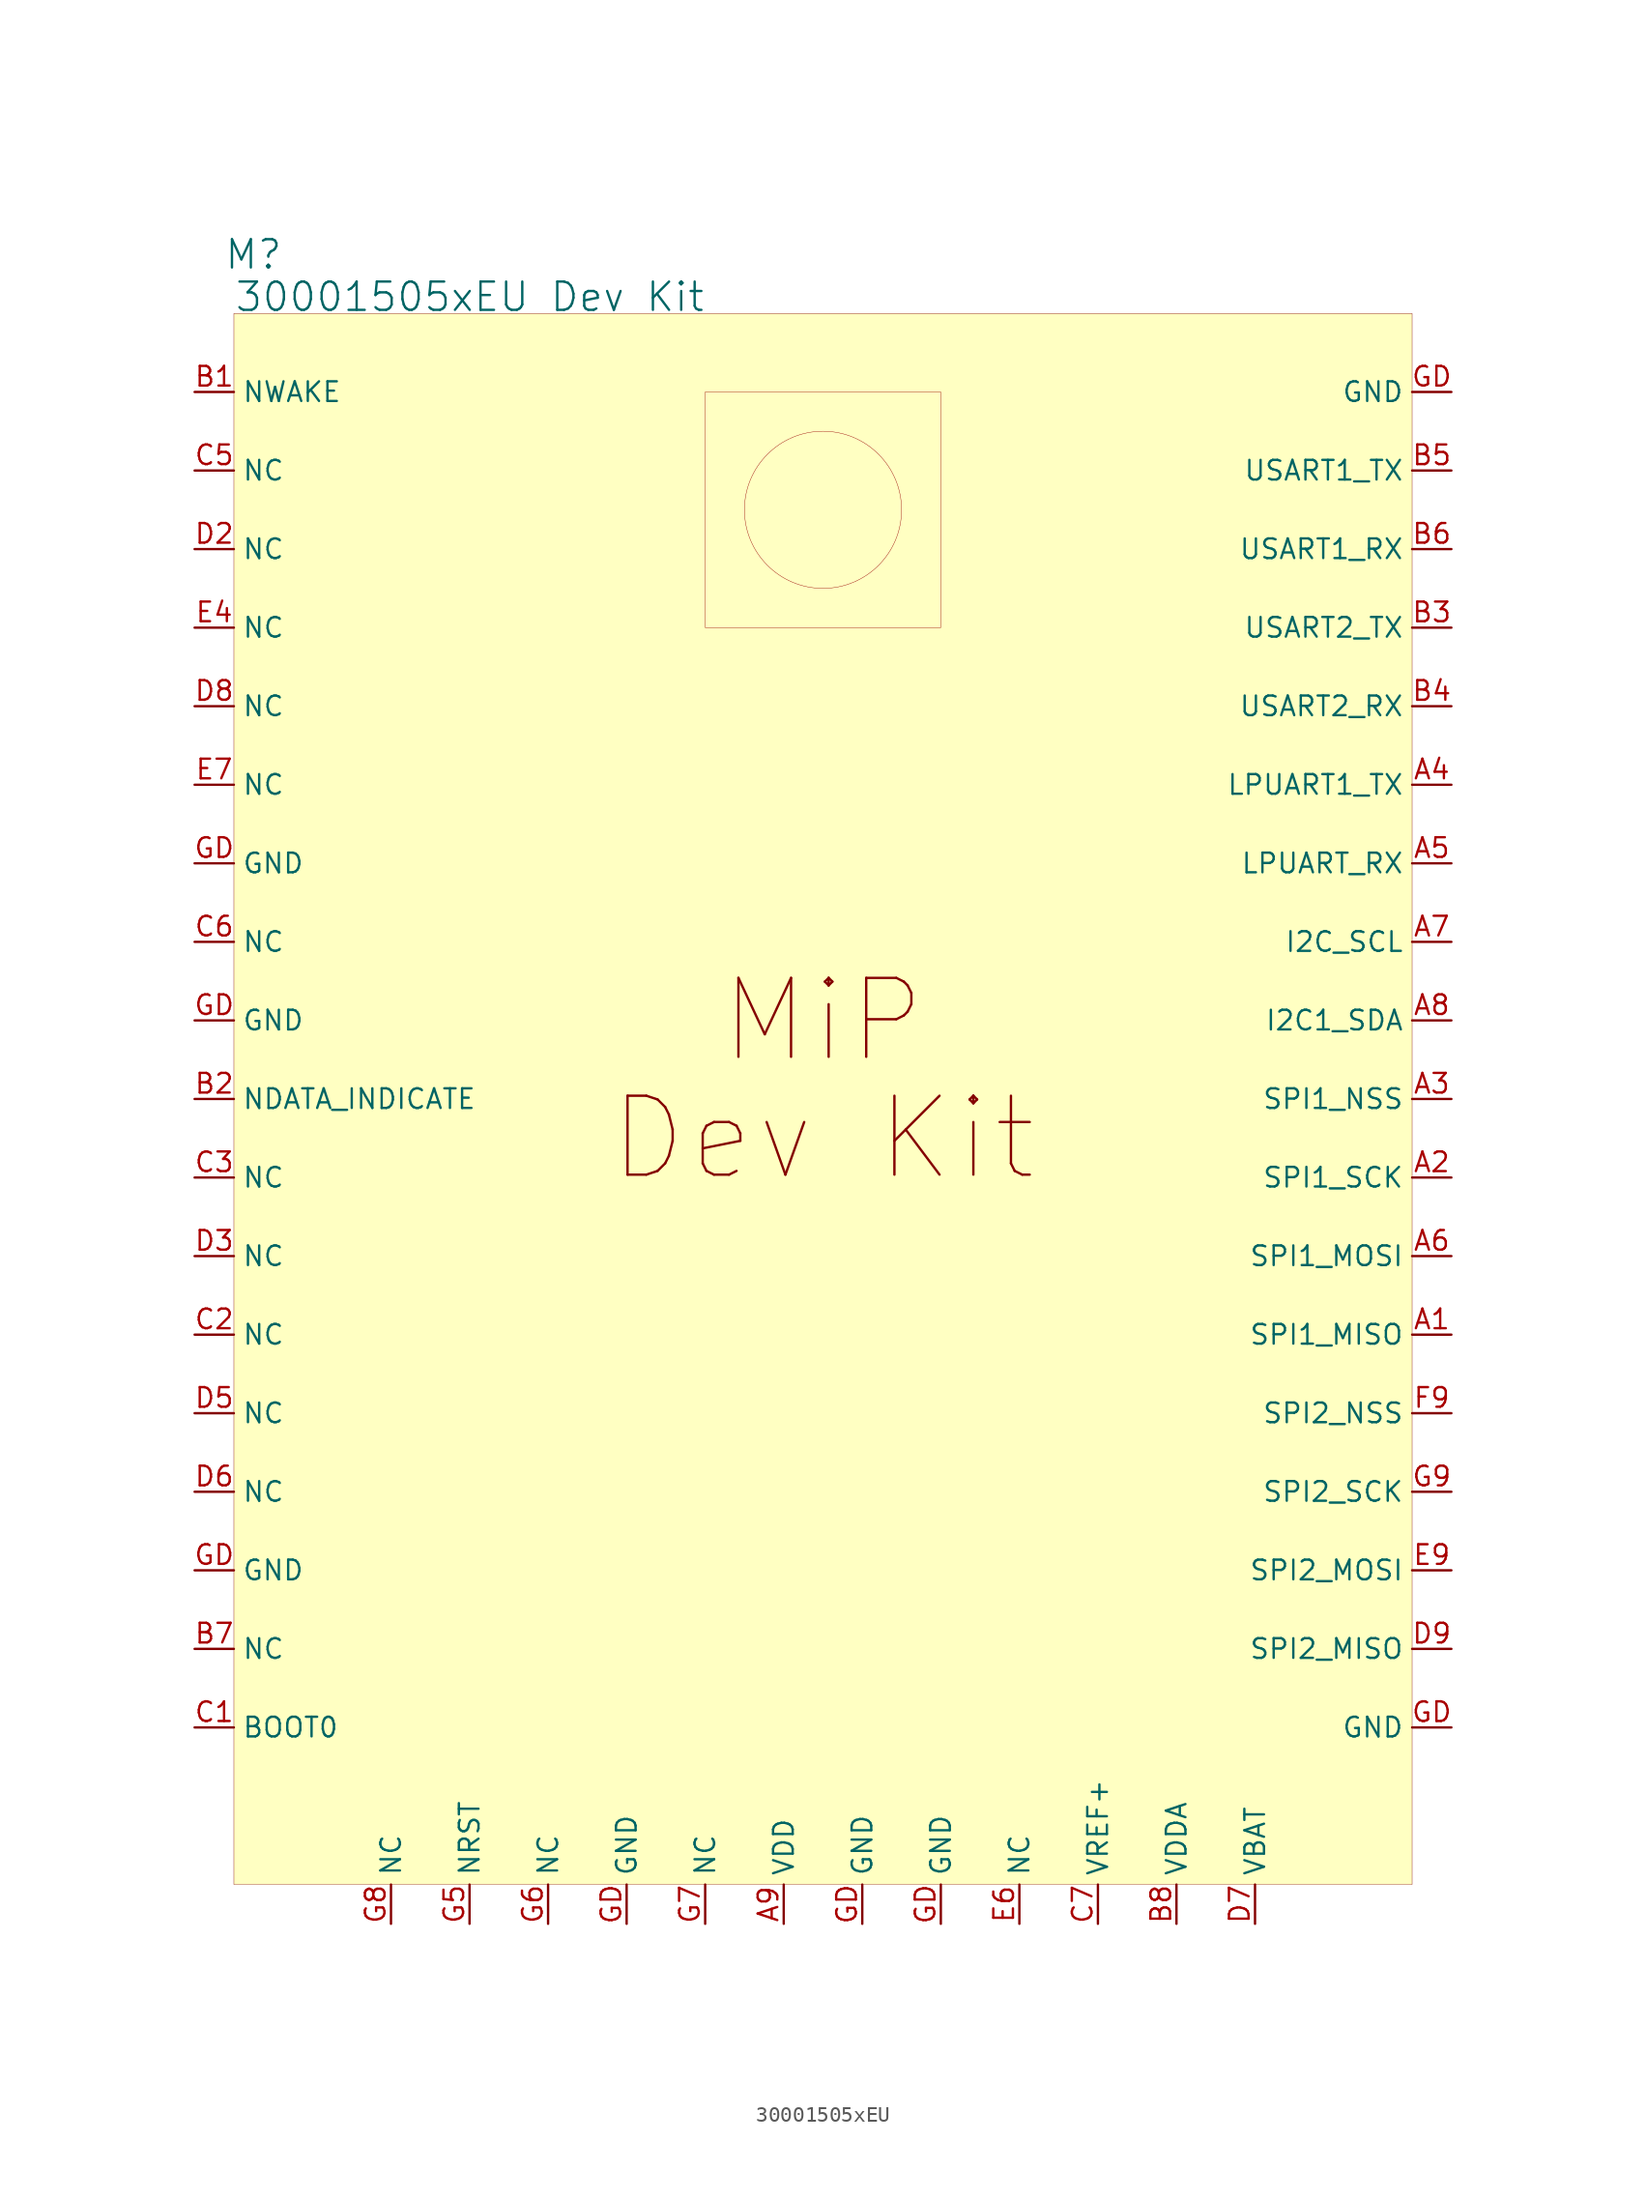
<source format=kicad_sym>
(kicad_symbol_lib
  (version 20231120)
  (generator "kicad_symbol_editor")
  (generator_version "8.0")
  (symbol "30001505xEU"
    (property "Reference" "M"
      (at 1.27 3.81 0)
      (effects (font (size 1.829 1.829))))
    (property "Value" "30001505xEU Dev Kit"
      (at 0 0 0)
      (effects (font (size 1.829 1.829)) (justify left bottom)))
    (symbol "30001505xEU_1_0"
      (rectangle (start 0 0) (end 76.2 -101.6) (stroke (width 0.025) (type solid) (color 128 0 0 1)) (fill (type background)))
      (rectangle (start 30.48 -5.08) (end 45.72 -20.32) (stroke (width 0.025) (type solid) (color 152 0 0 1)) (fill (type none)))
      (circle (center 38.1 -12.7) (radius 5.08) (stroke (width 0.025) (type solid) (color 152 0 0 1)) (fill (type none)))
      (text "Dev Kit" (at 38.1 -53.34 0) (effects (font (size 5.105 5.105))))
      (text "MiP" (at 38.1 -45.72 0) (effects (font (size 5.105 5.105))))
      (pin passive line (at 78.74 -66.04 180) (length 2.54) (name "SPI1_MISO" (effects (font (size 1.27 1.27)))) (number "A1" (effects (font (size 1.27 1.27)))))
      (pin passive line (at 78.74 -55.88 180) (length 2.54) (name "SPI1_SCK" (effects (font (size 1.27 1.27)))) (number "A2" (effects (font (size 1.27 1.27)))))
      (pin passive line (at 78.74 -50.8 180) (length 2.54) (name "SPI1_NSS" (effects (font (size 1.27 1.27)))) (number "A3" (effects (font (size 1.27 1.27)))))
      (pin passive line (at 78.74 -30.48 180) (length 2.54) (name "LPUART1_TX" (effects (font (size 1.27 1.27)))) (number "A4" (effects (font (size 1.27 1.27)))))
      (pin passive line (at 78.74 -35.56 180) (length 2.54) (name "LPUART_RX" (effects (font (size 1.27 1.27)))) (number "A5" (effects (font (size 1.27 1.27)))))
      (pin passive line (at 78.74 -60.96 180) (length 2.54) (name "SPI1_MOSI" (effects (font (size 1.27 1.27)))) (number "A6" (effects (font (size 1.27 1.27)))))
      (pin passive line (at 78.74 -40.64 180) (length 2.54) (name "I2C_SCL" (effects (font (size 1.27 1.27)))) (number "A7" (effects (font (size 1.27 1.27)))))
      (pin passive line (at 78.74 -45.72 180) (length 2.54) (name "I2C1_SDA" (effects (font (size 1.27 1.27)))) (number "A8" (effects (font (size 1.27 1.27)))))
      (pin passive line (at 35.56 -104.14 90) (length 2.54) (name "VDD" (effects (font (size 1.27 1.27)))) (number "A9" (effects (font (size 1.27 1.27)))))
      (pin passive line (at -2.54 -5.08 0) (length 2.54) (name "NWAKE" (effects (font (size 1.27 1.27)))) (number "B1" (effects (font (size 1.27 1.27)))))
      (pin passive line (at -2.54 -50.8 0) (length 2.54) (name "NDATA_INDICATE" (effects (font (size 1.27 1.27)))) (number "B2" (effects (font (size 1.27 1.27)))))
      (pin passive line (at 78.74 -20.32 180) (length 2.54) (name "USART2_TX" (effects (font (size 1.27 1.27)))) (number "B3" (effects (font (size 1.27 1.27)))))
      (pin passive line (at 78.74 -25.4 180) (length 2.54) (name "USART2_RX" (effects (font (size 1.27 1.27)))) (number "B4" (effects (font (size 1.27 1.27)))))
      (pin passive line (at 78.74 -10.16 180) (length 2.54) (name "USART1_TX" (effects (font (size 1.27 1.27)))) (number "B5" (effects (font (size 1.27 1.27)))))
      (pin passive line (at 78.74 -15.24 180) (length 2.54) (name "USART1_RX" (effects (font (size 1.27 1.27)))) (number "B6" (effects (font (size 1.27 1.27)))))
      (pin passive line (at -2.54 -86.36 0) (length 2.54) (name "NC" (effects (font (size 1.27 1.27)))) (number "B7" (effects (font (size 1.27 1.27)))))
      (pin passive line (at 60.96 -104.14 90) (length 2.54) (name "VDDA" (effects (font (size 1.27 1.27)))) (number "B8" (effects (font (size 1.27 1.27)))))
      (pin passive line (at -2.54 -91.44 0) (length 2.54) (name "BOOT0" (effects (font (size 1.27 1.27)))) (number "C1" (effects (font (size 1.27 1.27)))))
      (pin passive line (at -2.54 -66.04 0) (length 2.54) (name "NC" (effects (font (size 1.27 1.27)))) (number "C2" (effects (font (size 1.27 1.27)))))
      (pin passive line (at -2.54 -55.88 0) (length 2.54) (name "NC" (effects (font (size 1.27 1.27)))) (number "C3" (effects (font (size 1.27 1.27)))))
      (pin passive line (at -2.54 -10.16 0) (length 2.54) (name "NC" (effects (font (size 1.27 1.27)))) (number "C5" (effects (font (size 1.27 1.27)))))
      (pin passive line (at -2.54 -40.64 0) (length 2.54) (name "NC" (effects (font (size 1.27 1.27)))) (number "C6" (effects (font (size 1.27 1.27)))))
      (pin passive line (at 55.88 -104.14 90) (length 2.54) (name "VREF+" (effects (font (size 1.27 1.27)))) (number "C7" (effects (font (size 1.27 1.27)))))
      (pin passive line (at -2.54 -15.24 0) (length 2.54) (name "NC" (effects (font (size 1.27 1.27)))) (number "D2" (effects (font (size 1.27 1.27)))))
      (pin passive line (at -2.54 -60.96 0) (length 2.54) (name "NC" (effects (font (size 1.27 1.27)))) (number "D3" (effects (font (size 1.27 1.27)))))
      (pin passive line (at -2.54 -71.12 0) (length 2.54) (name "NC" (effects (font (size 1.27 1.27)))) (number "D5" (effects (font (size 1.27 1.27)))))
      (pin passive line (at -2.54 -76.2 0) (length 2.54) (name "NC" (effects (font (size 1.27 1.27)))) (number "D6" (effects (font (size 1.27 1.27)))))
      (pin passive line (at 66.04 -104.14 90) (length 2.54) (name "VBAT" (effects (font (size 1.27 1.27)))) (number "D7" (effects (font (size 1.27 1.27)))))
      (pin passive line (at -2.54 -25.4 0) (length 2.54) (name "NC" (effects (font (size 1.27 1.27)))) (number "D8" (effects (font (size 1.27 1.27)))))
      (pin passive line (at 78.74 -86.36 180) (length 2.54) (name "SPI2_MISO" (effects (font (size 1.27 1.27)))) (number "D9" (effects (font (size 1.27 1.27)))))
      (pin passive line (at -2.54 -20.32 0) (length 2.54) (name "NC" (effects (font (size 1.27 1.27)))) (number "E4" (effects (font (size 1.27 1.27)))))
      (pin passive line (at 50.8 -104.14 90) (length 2.54) (name "NC" (effects (font (size 1.27 1.27)))) (number "E6" (effects (font (size 1.27 1.27)))))
      (pin passive line (at -2.54 -30.48 0) (length 2.54) (name "NC" (effects (font (size 1.27 1.27)))) (number "E7" (effects (font (size 1.27 1.27)))))
      (pin passive line (at 78.74 -81.28 180) (length 2.54) (name "SPI2_MOSI" (effects (font (size 1.27 1.27)))) (number "E9" (effects (font (size 1.27 1.27)))))
      (pin passive line (at 78.74 -71.12 180) (length 2.54) (name "SPI2_NSS" (effects (font (size 1.27 1.27)))) (number "F9" (effects (font (size 1.27 1.27)))))
      (pin passive line (at 15.24 -104.14 90) (length 2.54) (name "NRST" (effects (font (size 1.27 1.27)))) (number "G5" (effects (font (size 1.27 1.27)))))
      (pin passive line (at 20.32 -104.14 90) (length 2.54) (name "NC" (effects (font (size 1.27 1.27)))) (number "G6" (effects (font (size 1.27 1.27)))))
      (pin passive line (at 30.48 -104.14 90) (length 2.54) (name "NC" (effects (font (size 1.27 1.27)))) (number "G7" (effects (font (size 1.27 1.27)))))
      (pin passive line (at 10.16 -104.14 90) (length 2.54) (name "NC" (effects (font (size 1.27 1.27)))) (number "G8" (effects (font (size 1.27 1.27)))))
      (pin passive line (at 78.74 -76.2 180) (length 2.54) (name "SPI2_SCK" (effects (font (size 1.27 1.27)))) (number "G9" (effects (font (size 1.27 1.27)))))
      (pin passive line (at -2.54 -81.28 0) (length 2.54) (name "GND" (effects (font (size 1.27 1.27)))) (number "GD" (effects (font (size 1.27 1.27)))))
      (pin passive line (at -2.54 -45.72 0) (length 2.54) (name "GND" (effects (font (size 1.27 1.27)))) (number "GD" (effects (font (size 1.27 1.27)))))
      (pin passive line (at -2.54 -35.56 0) (length 2.54) (name "GND" (effects (font (size 1.27 1.27)))) (number "GD" (effects (font (size 1.27 1.27)))))
      (pin passive line (at 25.4 -104.14 90) (length 2.54) (name "GND" (effects (font (size 1.27 1.27)))) (number "GD" (effects (font (size 1.27 1.27)))))
      (pin passive line (at 40.64 -104.14 90) (length 2.54) (name "GND" (effects (font (size 1.27 1.27)))) (number "GD" (effects (font (size 1.27 1.27)))))
      (pin passive line (at 45.72 -104.14 90) (length 2.54) (name "GND" (effects (font (size 1.27 1.27)))) (number "GD" (effects (font (size 1.27 1.27)))))
      (pin passive line (at 78.74 -91.44 180) (length 2.54) (name "GND" (effects (font (size 1.27 1.27)))) (number "GD" (effects (font (size 1.27 1.27)))))
      (pin passive line (at 78.74 -5.08 180) (length 2.54) (name "GND" (effects (font (size 1.27 1.27)))) (number "GD" (effects (font (size 1.27 1.27))))))))
</source>
